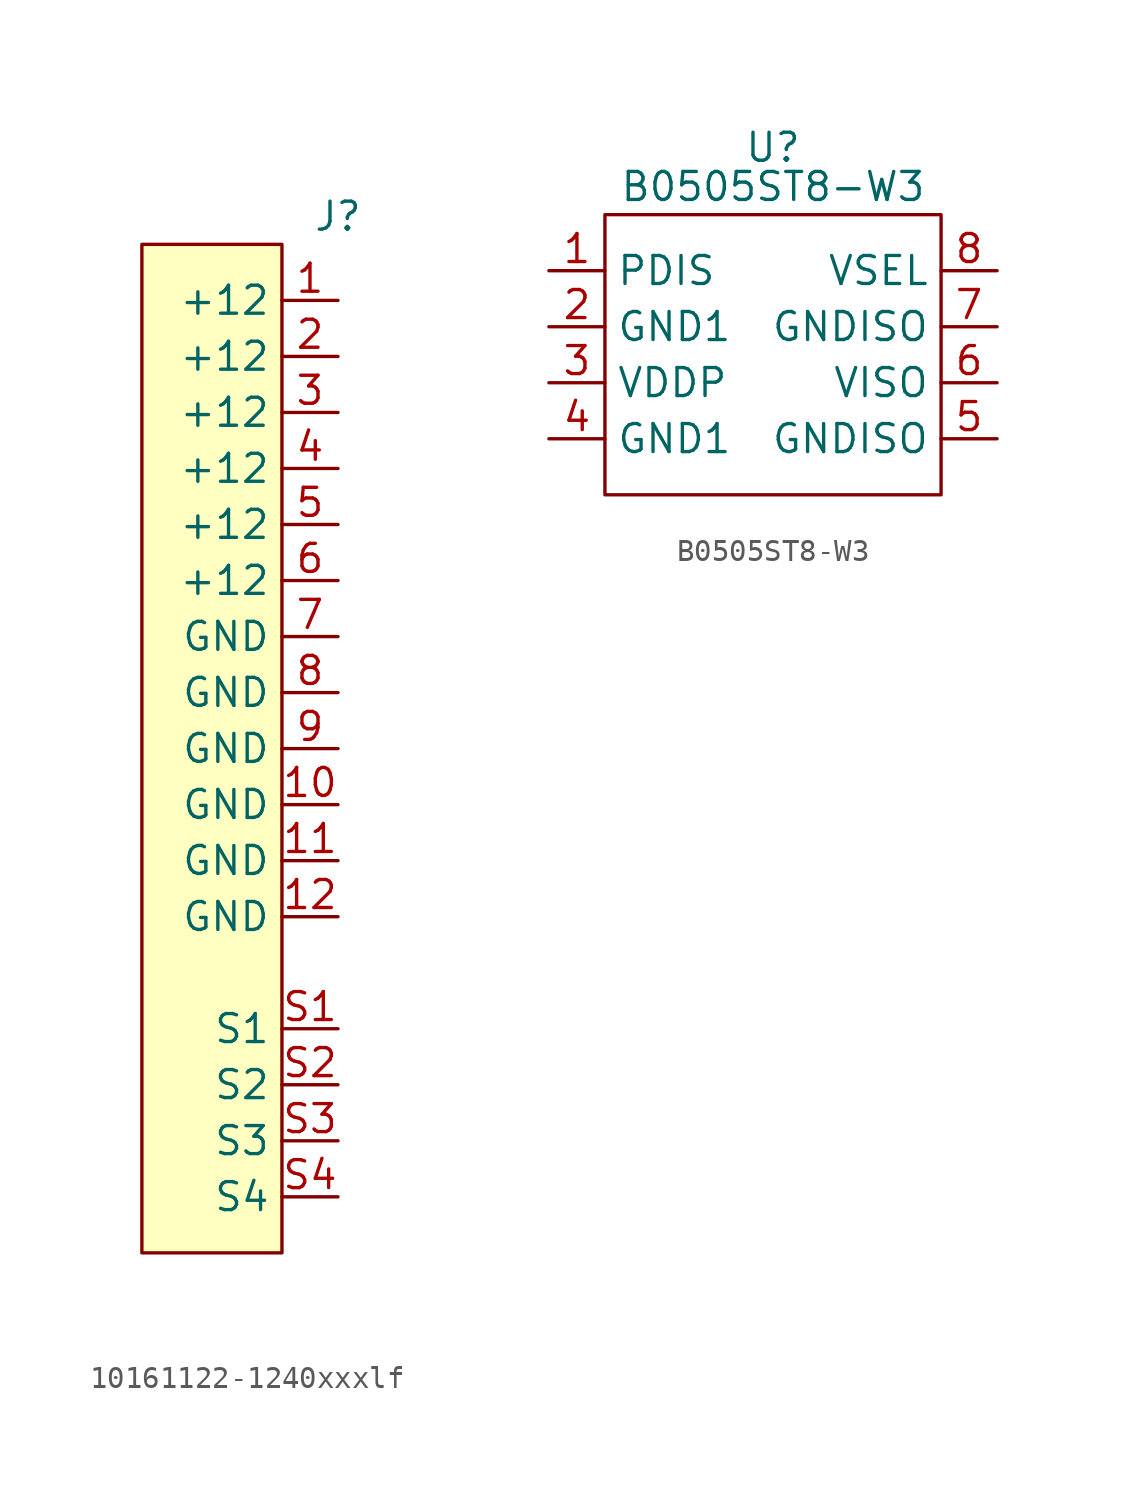
<source format=kicad_sym>
(kicad_symbol_lib
  (version 20241209)
  (generator "kicad_symbol_editor")
  (generator_version "9.0")
  (symbol "10161122-1240xxxlf"
    (property "Reference" "J"
      (at 0 0 0)
      (effects (font (size 1.27 1.27))))
    (property "Value" ""
      (at 0 0 0)
      (effects (font (size 1.27 1.27))))
    (symbol "10161122-1240xxxlf_1_1"
      (rectangle (start -8.89 -1.27) (end -2.54 -46.99) (stroke (width 0) (type solid)) (fill (type background)))
      (pin passive line (at 0 -3.81 180) (length 2.54) (name "+12" (effects (font (size 1.27 1.27)))) (number "1" (effects (font (size 1.27 1.27)))))
      (pin passive line (at 0 -6.35 180) (length 2.54) (name "+12" (effects (font (size 1.27 1.27)))) (number "2" (effects (font (size 1.27 1.27)))))
      (pin passive line (at 0 -8.89 180) (length 2.54) (name "+12" (effects (font (size 1.27 1.27)))) (number "3" (effects (font (size 1.27 1.27)))))
      (pin passive line (at 0 -11.43 180) (length 2.54) (name "+12" (effects (font (size 1.27 1.27)))) (number "4" (effects (font (size 1.27 1.27)))))
      (pin passive line (at 0 -13.97 180) (length 2.54) (name "+12" (effects (font (size 1.27 1.27)))) (number "5" (effects (font (size 1.27 1.27)))))
      (pin passive line (at 0 -16.51 180) (length 2.54) (name "+12" (effects (font (size 1.27 1.27)))) (number "6" (effects (font (size 1.27 1.27)))))
      (pin passive line (at 0 -19.05 180) (length 2.54) (name "GND" (effects (font (size 1.27 1.27)))) (number "7" (effects (font (size 1.27 1.27)))))
      (pin passive line (at 0 -21.59 180) (length 2.54) (name "GND" (effects (font (size 1.27 1.27)))) (number "8" (effects (font (size 1.27 1.27)))))
      (pin passive line (at 0 -24.13 180) (length 2.54) (name "GND" (effects (font (size 1.27 1.27)))) (number "9" (effects (font (size 1.27 1.27)))))
      (pin passive line (at 0 -26.67 180) (length 2.54) (name "GND" (effects (font (size 1.27 1.27)))) (number "10" (effects (font (size 1.27 1.27)))))
      (pin passive line (at 0 -29.21 180) (length 2.54) (name "GND" (effects (font (size 1.27 1.27)))) (number "11" (effects (font (size 1.27 1.27)))))
      (pin passive line (at 0 -31.75 180) (length 2.54) (name "GND" (effects (font (size 1.27 1.27)))) (number "12" (effects (font (size 1.27 1.27)))))
      (pin passive line (at 0 -36.83 180) (length 2.54) (name "S1" (effects (font (size 1.27 1.27)))) (number "S1" (effects (font (size 1.27 1.27)))))
      (pin passive line (at 0 -39.37 180) (length 2.54) (name "S2" (effects (font (size 1.27 1.27)))) (number "S2" (effects (font (size 1.27 1.27)))))
      (pin passive line (at 0 -41.91 180) (length 2.54) (name "S3" (effects (font (size 1.27 1.27)))) (number "S3" (effects (font (size 1.27 1.27)))))
      (pin passive line (at 0 -44.45 180) (length 2.54) (name "S4" (effects (font (size 1.27 1.27)))) (number "S4" (effects (font (size 1.27 1.27)))))))
  (symbol "B0505ST8-W3"
    (property "Reference" "U"
      (at 0 1.778 0)
      (effects (font (size 1.27 1.27))))
    (property "Value" "B0505ST8-W3"
      (at 0 0 0)
      (effects (font (size 1.27 1.27))))
    (symbol "B0505ST8-W3_0_1"
      (rectangle (start -7.62 -1.27) (end 7.62 -13.97) (stroke (width 0) (type default)) (fill (type none))))
    (symbol "B0505ST8-W3_1_1"
      (pin passive line (at -10.16 -3.81 0) (length 2.54) (name "PDIS" (effects (font (size 1.27 1.27)))) (number "1" (effects (font (size 1.27 1.27)))))
      (pin passive line (at -10.16 -6.35 0) (length 2.54) (name "GND1" (effects (font (size 1.27 1.27)))) (number "2" (effects (font (size 1.27 1.27)))))
      (pin passive line (at -10.16 -8.89 0) (length 2.54) (name "VDDP" (effects (font (size 1.27 1.27)))) (number "3" (effects (font (size 1.27 1.27)))))
      (pin passive line (at -10.16 -11.43 0) (length 2.54) (name "GND1" (effects (font (size 1.27 1.27)))) (number "4" (effects (font (size 1.27 1.27)))))
      (pin passive line (at 10.16 -3.81 180) (length 2.54) (name "VSEL" (effects (font (size 1.27 1.27)))) (number "8" (effects (font (size 1.27 1.27)))))
      (pin passive line (at 10.16 -6.35 180) (length 2.54) (name "GNDISO" (effects (font (size 1.27 1.27)))) (number "7" (effects (font (size 1.27 1.27)))))
      (pin passive line (at 10.16 -8.89 180) (length 2.54) (name "VISO" (effects (font (size 1.27 1.27)))) (number "6" (effects (font (size 1.27 1.27)))))
      (pin passive line (at 10.16 -11.43 180) (length 2.54) (name "GNDISO" (effects (font (size 1.27 1.27)))) (number "5" (effects (font (size 1.27 1.27))))))))
</source>
